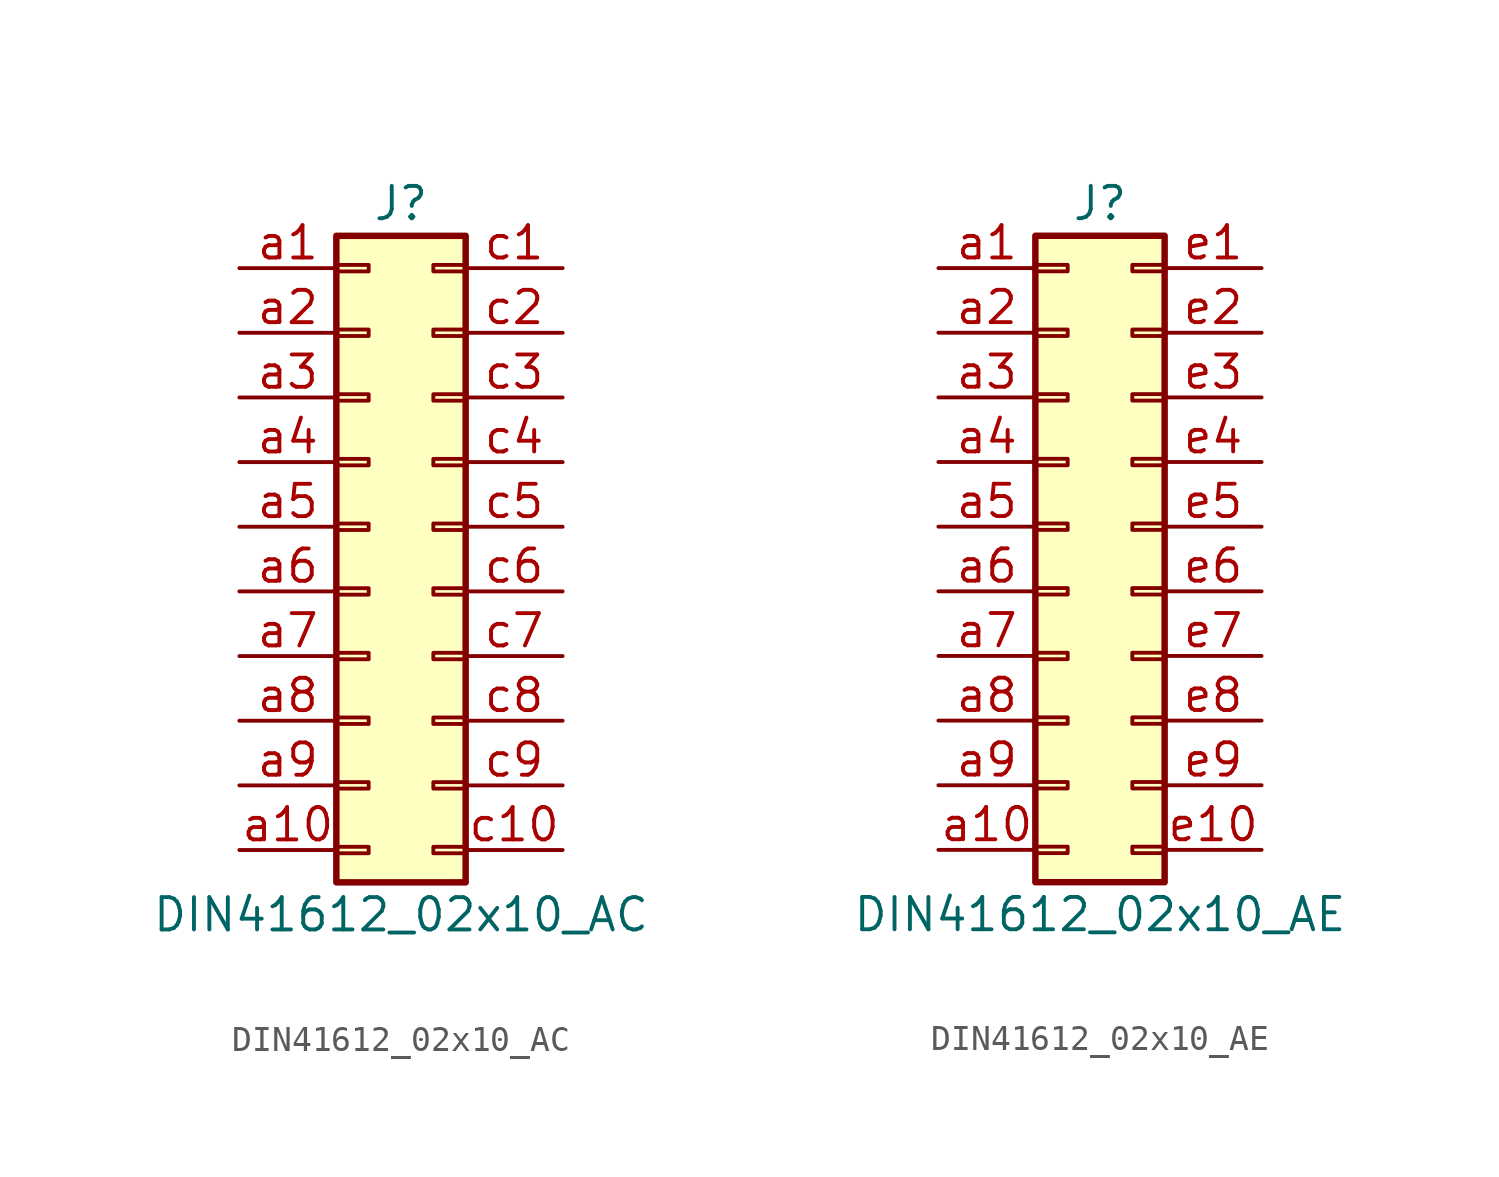
<source format=kicad_sym>
(kicad_symbol_lib
  (version 20220914)
  (generator kicad_symbol_editor)
  (symbol "DIN41612_02x10_AC"
    (pin_names
      (offset 1.016) hide)
    (property "Reference" "J"
      (at 1.27 12.7 0)
      (effects (font (size 1.27 1.27))))
    (property "Value" "DIN41612_02x10_AC"
      (at 1.27 -15.24 0)
      (effects (font (size 1.27 1.27))))
    (symbol "DIN41612_02x10_AC_1_1"
      (rectangle (start -1.27 -12.573) (end 0 -12.827) (stroke (width 0.152) (type solid)) (fill (type none)))
      (rectangle (start -1.27 -10.033) (end 0 -10.287) (stroke (width 0.152) (type solid)) (fill (type none)))
      (rectangle (start -1.27 -7.493) (end 0 -7.747) (stroke (width 0.152) (type solid)) (fill (type none)))
      (rectangle (start -1.27 -4.953) (end 0 -5.207) (stroke (width 0.152) (type solid)) (fill (type none)))
      (rectangle (start -1.27 -2.413) (end 0 -2.667) (stroke (width 0.152) (type solid)) (fill (type none)))
      (rectangle (start -1.27 0.127) (end 0 -0.127) (stroke (width 0.152) (type solid)) (fill (type none)))
      (rectangle (start -1.27 2.667) (end 0 2.413) (stroke (width 0.152) (type solid)) (fill (type none)))
      (rectangle (start -1.27 5.207) (end 0 4.953) (stroke (width 0.152) (type solid)) (fill (type none)))
      (rectangle (start -1.27 7.747) (end 0 7.493) (stroke (width 0.152) (type solid)) (fill (type none)))
      (rectangle (start -1.27 10.287) (end 0 10.033) (stroke (width 0.152) (type solid)) (fill (type none)))
      (rectangle (start -1.27 11.43) (end 3.81 -13.97) (stroke (width 0.254) (type solid)) (fill (type background)))
      (rectangle (start 3.81 -12.573) (end 2.54 -12.827) (stroke (width 0.152) (type solid)) (fill (type none)))
      (rectangle (start 3.81 -10.033) (end 2.54 -10.287) (stroke (width 0.152) (type solid)) (fill (type none)))
      (rectangle (start 3.81 -7.493) (end 2.54 -7.747) (stroke (width 0.152) (type solid)) (fill (type none)))
      (rectangle (start 3.81 -4.953) (end 2.54 -5.207) (stroke (width 0.152) (type solid)) (fill (type none)))
      (rectangle (start 3.81 -2.413) (end 2.54 -2.667) (stroke (width 0.152) (type solid)) (fill (type none)))
      (rectangle (start 3.81 0.127) (end 2.54 -0.127) (stroke (width 0.152) (type solid)) (fill (type none)))
      (rectangle (start 3.81 2.667) (end 2.54 2.413) (stroke (width 0.152) (type solid)) (fill (type none)))
      (rectangle (start 3.81 5.207) (end 2.54 4.953) (stroke (width 0.152) (type solid)) (fill (type none)))
      (rectangle (start 3.81 7.747) (end 2.54 7.493) (stroke (width 0.152) (type solid)) (fill (type none)))
      (rectangle (start 3.81 10.287) (end 2.54 10.033) (stroke (width 0.152) (type solid)) (fill (type none)))
      (pin passive line (at -5.08 10.16 0) (length 3.81) (name "Pin_a1" (effects (font (size 1.27 1.27)))) (number "a1" (effects (font (size 1.27 1.27)))))
      (pin passive line (at -5.08 -12.7 0) (length 3.81) (name "Pin_a10" (effects (font (size 1.27 1.27)))) (number "a10" (effects (font (size 1.27 1.27)))))
      (pin passive line (at -5.08 7.62 0) (length 3.81) (name "Pin_a2" (effects (font (size 1.27 1.27)))) (number "a2" (effects (font (size 1.27 1.27)))))
      (pin passive line (at -5.08 5.08 0) (length 3.81) (name "Pin_a3" (effects (font (size 1.27 1.27)))) (number "a3" (effects (font (size 1.27 1.27)))))
      (pin passive line (at -5.08 2.54 0) (length 3.81) (name "Pin_a4" (effects (font (size 1.27 1.27)))) (number "a4" (effects (font (size 1.27 1.27)))))
      (pin passive line (at -5.08 0 0) (length 3.81) (name "Pin_a5" (effects (font (size 1.27 1.27)))) (number "a5" (effects (font (size 1.27 1.27)))))
      (pin passive line (at -5.08 -2.54 0) (length 3.81) (name "Pin_a6" (effects (font (size 1.27 1.27)))) (number "a6" (effects (font (size 1.27 1.27)))))
      (pin passive line (at -5.08 -5.08 0) (length 3.81) (name "Pin_a7" (effects (font (size 1.27 1.27)))) (number "a7" (effects (font (size 1.27 1.27)))))
      (pin passive line (at -5.08 -7.62 0) (length 3.81) (name "Pin_a8" (effects (font (size 1.27 1.27)))) (number "a8" (effects (font (size 1.27 1.27)))))
      (pin passive line (at -5.08 -10.16 0) (length 3.81) (name "Pin_a9" (effects (font (size 1.27 1.27)))) (number "a9" (effects (font (size 1.27 1.27)))))
      (pin passive line (at 7.62 10.16 180) (length 3.81) (name "Pin_c1" (effects (font (size 1.27 1.27)))) (number "c1" (effects (font (size 1.27 1.27)))))
      (pin passive line (at 7.62 -12.7 180) (length 3.81) (name "Pin_c10" (effects (font (size 1.27 1.27)))) (number "c10" (effects (font (size 1.27 1.27)))))
      (pin passive line (at 7.62 7.62 180) (length 3.81) (name "Pin_c2" (effects (font (size 1.27 1.27)))) (number "c2" (effects (font (size 1.27 1.27)))))
      (pin passive line (at 7.62 5.08 180) (length 3.81) (name "Pin_c3" (effects (font (size 1.27 1.27)))) (number "c3" (effects (font (size 1.27 1.27)))))
      (pin passive line (at 7.62 2.54 180) (length 3.81) (name "Pin_c4" (effects (font (size 1.27 1.27)))) (number "c4" (effects (font (size 1.27 1.27)))))
      (pin passive line (at 7.62 0 180) (length 3.81) (name "Pin_c5" (effects (font (size 1.27 1.27)))) (number "c5" (effects (font (size 1.27 1.27)))))
      (pin passive line (at 7.62 -2.54 180) (length 3.81) (name "Pin_c6" (effects (font (size 1.27 1.27)))) (number "c6" (effects (font (size 1.27 1.27)))))
      (pin passive line (at 7.62 -5.08 180) (length 3.81) (name "Pin_c7" (effects (font (size 1.27 1.27)))) (number "c7" (effects (font (size 1.27 1.27)))))
      (pin passive line (at 7.62 -7.62 180) (length 3.81) (name "Pin_c8" (effects (font (size 1.27 1.27)))) (number "c8" (effects (font (size 1.27 1.27)))))
      (pin passive line (at 7.62 -10.16 180) (length 3.81) (name "Pin_c9" (effects (font (size 1.27 1.27)))) (number "c9" (effects (font (size 1.27 1.27)))))))
  (symbol "DIN41612_02x10_AE"
    (pin_names
      (offset 1.016) hide)
    (property "Reference" "J"
      (at 1.27 12.7 0)
      (effects (font (size 1.27 1.27))))
    (property "Value" "DIN41612_02x10_AE"
      (at 1.27 -15.24 0)
      (effects (font (size 1.27 1.27))))
    (symbol "DIN41612_02x10_AE_1_1"
      (rectangle (start -1.27 -12.573) (end 0 -12.827) (stroke (width 0.152) (type solid)) (fill (type none)))
      (rectangle (start -1.27 -10.033) (end 0 -10.287) (stroke (width 0.152) (type solid)) (fill (type none)))
      (rectangle (start -1.27 -7.493) (end 0 -7.747) (stroke (width 0.152) (type solid)) (fill (type none)))
      (rectangle (start -1.27 -4.953) (end 0 -5.207) (stroke (width 0.152) (type solid)) (fill (type none)))
      (rectangle (start -1.27 -2.413) (end 0 -2.667) (stroke (width 0.152) (type solid)) (fill (type none)))
      (rectangle (start -1.27 0.127) (end 0 -0.127) (stroke (width 0.152) (type solid)) (fill (type none)))
      (rectangle (start -1.27 2.667) (end 0 2.413) (stroke (width 0.152) (type solid)) (fill (type none)))
      (rectangle (start -1.27 5.207) (end 0 4.953) (stroke (width 0.152) (type solid)) (fill (type none)))
      (rectangle (start -1.27 7.747) (end 0 7.493) (stroke (width 0.152) (type solid)) (fill (type none)))
      (rectangle (start -1.27 10.287) (end 0 10.033) (stroke (width 0.152) (type solid)) (fill (type none)))
      (rectangle (start -1.27 11.43) (end 3.81 -13.97) (stroke (width 0.254) (type solid)) (fill (type background)))
      (rectangle (start 3.81 -12.573) (end 2.54 -12.827) (stroke (width 0.152) (type solid)) (fill (type none)))
      (rectangle (start 3.81 -10.033) (end 2.54 -10.287) (stroke (width 0.152) (type solid)) (fill (type none)))
      (rectangle (start 3.81 -7.493) (end 2.54 -7.747) (stroke (width 0.152) (type solid)) (fill (type none)))
      (rectangle (start 3.81 -4.953) (end 2.54 -5.207) (stroke (width 0.152) (type solid)) (fill (type none)))
      (rectangle (start 3.81 -2.413) (end 2.54 -2.667) (stroke (width 0.152) (type solid)) (fill (type none)))
      (rectangle (start 3.81 0.127) (end 2.54 -0.127) (stroke (width 0.152) (type solid)) (fill (type none)))
      (rectangle (start 3.81 2.667) (end 2.54 2.413) (stroke (width 0.152) (type solid)) (fill (type none)))
      (rectangle (start 3.81 5.207) (end 2.54 4.953) (stroke (width 0.152) (type solid)) (fill (type none)))
      (rectangle (start 3.81 7.747) (end 2.54 7.493) (stroke (width 0.152) (type solid)) (fill (type none)))
      (rectangle (start 3.81 10.287) (end 2.54 10.033) (stroke (width 0.152) (type solid)) (fill (type none)))
      (pin passive line (at -5.08 10.16 0) (length 3.81) (name "Pin_a1" (effects (font (size 1.27 1.27)))) (number "a1" (effects (font (size 1.27 1.27)))))
      (pin passive line (at -5.08 -12.7 0) (length 3.81) (name "Pin_a10" (effects (font (size 1.27 1.27)))) (number "a10" (effects (font (size 1.27 1.27)))))
      (pin passive line (at -5.08 7.62 0) (length 3.81) (name "Pin_a2" (effects (font (size 1.27 1.27)))) (number "a2" (effects (font (size 1.27 1.27)))))
      (pin passive line (at -5.08 5.08 0) (length 3.81) (name "Pin_a3" (effects (font (size 1.27 1.27)))) (number "a3" (effects (font (size 1.27 1.27)))))
      (pin passive line (at -5.08 2.54 0) (length 3.81) (name "Pin_a4" (effects (font (size 1.27 1.27)))) (number "a4" (effects (font (size 1.27 1.27)))))
      (pin passive line (at -5.08 0 0) (length 3.81) (name "Pin_a5" (effects (font (size 1.27 1.27)))) (number "a5" (effects (font (size 1.27 1.27)))))
      (pin passive line (at -5.08 -2.54 0) (length 3.81) (name "Pin_a6" (effects (font (size 1.27 1.27)))) (number "a6" (effects (font (size 1.27 1.27)))))
      (pin passive line (at -5.08 -5.08 0) (length 3.81) (name "Pin_a7" (effects (font (size 1.27 1.27)))) (number "a7" (effects (font (size 1.27 1.27)))))
      (pin passive line (at -5.08 -7.62 0) (length 3.81) (name "Pin_a8" (effects (font (size 1.27 1.27)))) (number "a8" (effects (font (size 1.27 1.27)))))
      (pin passive line (at -5.08 -10.16 0) (length 3.81) (name "Pin_a9" (effects (font (size 1.27 1.27)))) (number "a9" (effects (font (size 1.27 1.27)))))
      (pin passive line (at 7.62 10.16 180) (length 3.81) (name "Pin_e1" (effects (font (size 1.27 1.27)))) (number "e1" (effects (font (size 1.27 1.27)))))
      (pin passive line (at 7.62 -12.7 180) (length 3.81) (name "Pin_e10" (effects (font (size 1.27 1.27)))) (number "e10" (effects (font (size 1.27 1.27)))))
      (pin passive line (at 7.62 7.62 180) (length 3.81) (name "Pin_e2" (effects (font (size 1.27 1.27)))) (number "e2" (effects (font (size 1.27 1.27)))))
      (pin passive line (at 7.62 5.08 180) (length 3.81) (name "Pin_e3" (effects (font (size 1.27 1.27)))) (number "e3" (effects (font (size 1.27 1.27)))))
      (pin passive line (at 7.62 2.54 180) (length 3.81) (name "Pin_e4" (effects (font (size 1.27 1.27)))) (number "e4" (effects (font (size 1.27 1.27)))))
      (pin passive line (at 7.62 0 180) (length 3.81) (name "Pin_e5" (effects (font (size 1.27 1.27)))) (number "e5" (effects (font (size 1.27 1.27)))))
      (pin passive line (at 7.62 -2.54 180) (length 3.81) (name "Pin_e6" (effects (font (size 1.27 1.27)))) (number "e6" (effects (font (size 1.27 1.27)))))
      (pin passive line (at 7.62 -5.08 180) (length 3.81) (name "Pin_e7" (effects (font (size 1.27 1.27)))) (number "e7" (effects (font (size 1.27 1.27)))))
      (pin passive line (at 7.62 -7.62 180) (length 3.81) (name "Pin_e8" (effects (font (size 1.27 1.27)))) (number "e8" (effects (font (size 1.27 1.27)))))
      (pin passive line (at 7.62 -10.16 180) (length 3.81) (name "Pin_e9" (effects (font (size 1.27 1.27)))) (number "e9" (effects (font (size 1.27 1.27))))))))
</source>
